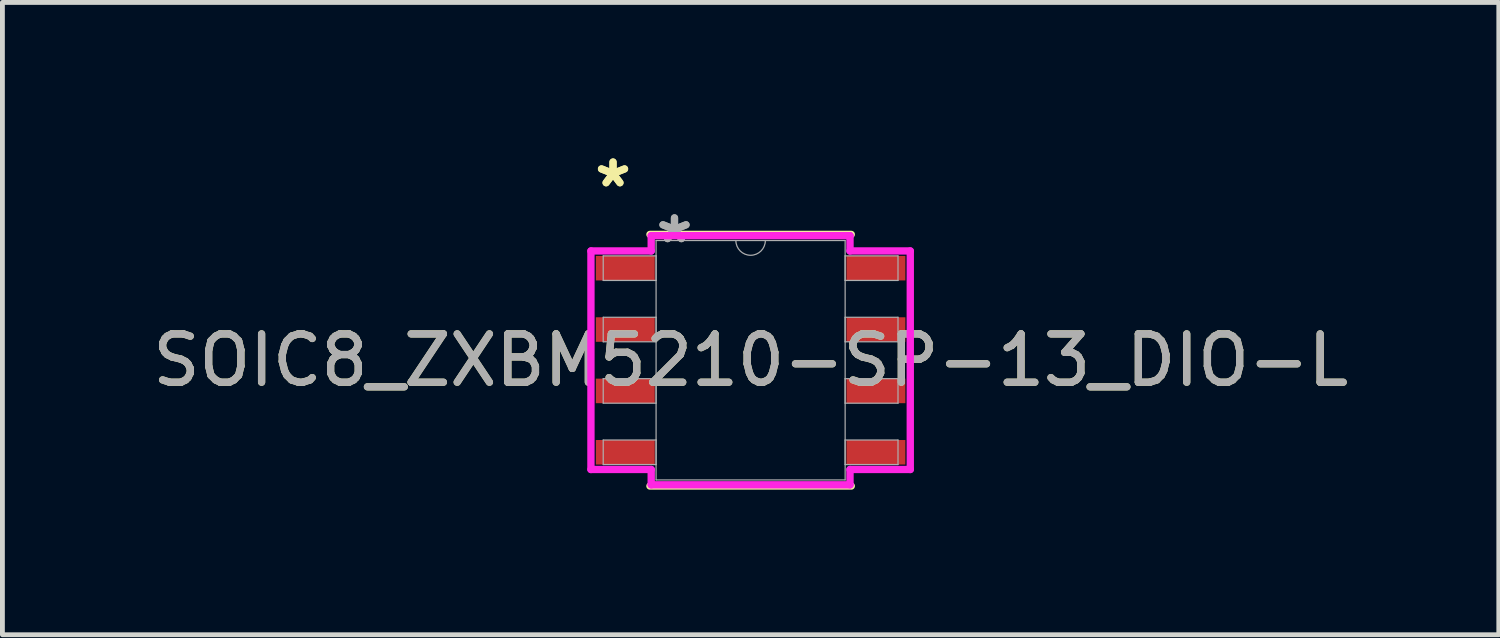
<source format=kicad_pcb>
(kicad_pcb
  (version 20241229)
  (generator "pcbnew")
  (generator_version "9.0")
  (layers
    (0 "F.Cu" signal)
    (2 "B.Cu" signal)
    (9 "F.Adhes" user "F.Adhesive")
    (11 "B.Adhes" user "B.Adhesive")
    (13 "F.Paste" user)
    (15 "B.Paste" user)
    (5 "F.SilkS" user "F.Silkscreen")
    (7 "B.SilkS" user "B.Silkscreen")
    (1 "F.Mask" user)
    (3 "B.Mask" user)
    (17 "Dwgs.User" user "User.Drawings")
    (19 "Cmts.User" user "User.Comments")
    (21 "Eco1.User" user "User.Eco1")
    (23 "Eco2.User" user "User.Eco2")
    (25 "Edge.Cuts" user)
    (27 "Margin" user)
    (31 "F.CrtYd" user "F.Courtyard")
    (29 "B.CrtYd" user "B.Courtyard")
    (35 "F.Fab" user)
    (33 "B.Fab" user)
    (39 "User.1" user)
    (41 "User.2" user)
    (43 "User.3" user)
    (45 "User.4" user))
  (footprint "SOIC8_ZXBM5210-SP-13_DIO-L"
    (layer "F.Cu")
    (at 12.482 4.404)
    (property "Reference" "SOIC8_ZXBM5210-SP-13_DIO-L" (at 0 0 0) (unlocked yes) (layer "F.SilkS") (effects (font (size 1 1) (thickness 0.15))))
    (attr smd)
    (fp_line (start -2.083 2.603) (end 2.083 2.603) (stroke (width 0.152) (type solid)) (layer "F.SilkS"))
    (fp_line (start 2.083 -2.603) (end -2.083 -2.603) (stroke (width 0.152) (type solid)) (layer "F.SilkS"))
    (fp_line (start -3.304 -2.261) (end -2.057 -2.261) (stroke (width 0.152) (type solid)) (layer "F.CrtYd"))
    (fp_line (start -3.304 2.261) (end -3.304 -2.261) (stroke (width 0.152) (type solid)) (layer "F.CrtYd"))
    (fp_line (start -3.304 2.261) (end -2.057 2.261) (stroke (width 0.152) (type solid)) (layer "F.CrtYd"))
    (fp_line (start -2.057 -2.578) (end 2.057 -2.578) (stroke (width 0.152) (type solid)) (layer "F.CrtYd"))
    (fp_line (start -2.057 -2.261) (end -2.057 -2.578) (stroke (width 0.152) (type solid)) (layer "F.CrtYd"))
    (fp_line (start -2.057 2.578) (end -2.057 2.261) (stroke (width 0.152) (type solid)) (layer "F.CrtYd"))
    (fp_line (start 2.057 -2.578) (end 2.057 -2.261) (stroke (width 0.152) (type solid)) (layer "F.CrtYd"))
    (fp_line (start 2.057 2.261) (end 2.057 2.578) (stroke (width 0.152) (type solid)) (layer "F.CrtYd"))
    (fp_line (start 2.057 2.578) (end -2.057 2.578) (stroke (width 0.152) (type solid)) (layer "F.CrtYd"))
    (fp_line (start 3.304 -2.261) (end 2.057 -2.261) (stroke (width 0.152) (type solid)) (layer "F.CrtYd"))
    (fp_line (start 3.304 -2.261) (end 3.304 2.261) (stroke (width 0.152) (type solid)) (layer "F.CrtYd"))
    (fp_line (start 3.304 2.261) (end 2.057 2.261) (stroke (width 0.152) (type solid)) (layer "F.CrtYd"))
    (fp_line (start -3.05 -2.159) (end -3.05 -1.651) (stroke (width 0.025) (type solid)) (layer "F.Fab"))
    (fp_line (start -3.05 -1.651) (end -1.956 -1.651) (stroke (width 0.025) (type solid)) (layer "F.Fab"))
    (fp_line (start -3.05 -0.889) (end -3.05 -0.381) (stroke (width 0.025) (type solid)) (layer "F.Fab"))
    (fp_line (start -3.05 -0.381) (end -1.956 -0.381) (stroke (width 0.025) (type solid)) (layer "F.Fab"))
    (fp_line (start -3.05 0.381) (end -3.05 0.889) (stroke (width 0.025) (type solid)) (layer "F.Fab"))
    (fp_line (start -3.05 0.889) (end -1.956 0.889) (stroke (width 0.025) (type solid)) (layer "F.Fab"))
    (fp_line (start -3.05 1.651) (end -3.05 2.159) (stroke (width 0.025) (type solid)) (layer "F.Fab"))
    (fp_line (start -3.05 2.159) (end -1.956 2.159) (stroke (width 0.025) (type solid)) (layer "F.Fab"))
    (fp_line (start -1.956 -2.477) (end -1.956 2.477) (stroke (width 0.025) (type solid)) (layer "F.Fab"))
    (fp_line (start -1.956 -2.159) (end -3.05 -2.159) (stroke (width 0.025) (type solid)) (layer "F.Fab"))
    (fp_line (start -1.956 -1.651) (end -1.956 -2.159) (stroke (width 0.025) (type solid)) (layer "F.Fab"))
    (fp_line (start -1.956 -0.889) (end -3.05 -0.889) (stroke (width 0.025) (type solid)) (layer "F.Fab"))
    (fp_line (start -1.956 -0.381) (end -1.956 -0.889) (stroke (width 0.025) (type solid)) (layer "F.Fab"))
    (fp_line (start -1.956 0.381) (end -3.05 0.381) (stroke (width 0.025) (type solid)) (layer "F.Fab"))
    (fp_line (start -1.956 0.889) (end -1.956 0.381) (stroke (width 0.025) (type solid)) (layer "F.Fab"))
    (fp_line (start -1.956 1.651) (end -3.05 1.651) (stroke (width 0.025) (type solid)) (layer "F.Fab"))
    (fp_line (start -1.956 2.159) (end -1.956 1.651) (stroke (width 0.025) (type solid)) (layer "F.Fab"))
    (fp_line (start -1.956 2.477) (end 1.956 2.477) (stroke (width 0.025) (type solid)) (layer "F.Fab"))
    (fp_line (start 1.956 -2.477) (end -1.956 -2.477) (stroke (width 0.025) (type solid)) (layer "F.Fab"))
    (fp_line (start 1.956 -2.159) (end 1.956 -1.651) (stroke (width 0.025) (type solid)) (layer "F.Fab"))
    (fp_line (start 1.956 -1.651) (end 3.05 -1.651) (stroke (width 0.025) (type solid)) (layer "F.Fab"))
    (fp_line (start 1.956 -0.889) (end 1.956 -0.381) (stroke (width 0.025) (type solid)) (layer "F.Fab"))
    (fp_line (start 1.956 -0.381) (end 3.05 -0.381) (stroke (width 0.025) (type solid)) (layer "F.Fab"))
    (fp_line (start 1.956 0.381) (end 1.956 0.889) (stroke (width 0.025) (type solid)) (layer "F.Fab"))
    (fp_line (start 1.956 0.889) (end 3.05 0.889) (stroke (width 0.025) (type solid)) (layer "F.Fab"))
    (fp_line (start 1.956 1.651) (end 1.956 2.159) (stroke (width 0.025) (type solid)) (layer "F.Fab"))
    (fp_line (start 1.956 2.159) (end 3.05 2.159) (stroke (width 0.025) (type solid)) (layer "F.Fab"))
    (fp_line (start 1.956 2.477) (end 1.956 -2.477) (stroke (width 0.025) (type solid)) (layer "F.Fab"))
    (fp_line (start 3.05 -2.159) (end 1.956 -2.159) (stroke (width 0.025) (type solid)) (layer "F.Fab"))
    (fp_line (start 3.05 -1.651) (end 3.05 -2.159) (stroke (width 0.025) (type solid)) (layer "F.Fab"))
    (fp_line (start 3.05 -0.889) (end 1.956 -0.889) (stroke (width 0.025) (type solid)) (layer "F.Fab"))
    (fp_line (start 3.05 -0.381) (end 3.05 -0.889) (stroke (width 0.025) (type solid)) (layer "F.Fab"))
    (fp_line (start 3.05 0.381) (end 1.956 0.381) (stroke (width 0.025) (type solid)) (layer "F.Fab"))
    (fp_line (start 3.05 0.889) (end 3.05 0.381) (stroke (width 0.025) (type solid)) (layer "F.Fab"))
    (fp_line (start 3.05 1.651) (end 1.956 1.651) (stroke (width 0.025) (type solid)) (layer "F.Fab"))
    (fp_line (start 3.05 2.159) (end 3.05 1.651) (stroke (width 0.025) (type solid)) (layer "F.Fab"))
    (fp_arc (start 0.3048 -2.4765) (mid 0 -2.1717) (end -0.3048 -2.4765) (stroke (width 0.0254) (type solid)) (layer "F.Fab"))
    (fp_text user "*" (at -2.847 -3.556 0) (unlocked yes) (layer "F.SilkS") (effects (font (size 1 1) (thickness 0.15))))
    (fp_text user "*" (at -2.847 -3.556 0) (layer "F.SilkS") (effects (font (size 1 1) (thickness 0.15))))
    (fp_text user "*" (at -1.575 -2.4 0) (unlocked yes) (layer "F.Fab") (effects (font (size 1 1) (thickness 0.15))))
    (fp_text user "*" (at -1.575 -2.4 0) (layer "F.Fab") (effects (font (size 1 1) (thickness 0.15))))
    (fp_text user "${REFERENCE}" (at 0 0 0) (unlocked yes) (layer "F.Fab") (effects (font (size 1 1) (thickness 0.15))))
    (pad "1" smd rect (at -2.593 -1.905) (size 1.219 0.508) (layers "F.Cu" "F.Mask" "F.Paste"))
    (pad "2" smd rect (at -2.593 -0.635) (size 1.219 0.508) (layers "F.Cu" "F.Mask" "F.Paste"))
    (pad "3" smd rect (at -2.593 0.635) (size 1.219 0.508) (layers "F.Cu" "F.Mask" "F.Paste"))
    (pad "4" smd rect (at -2.593 1.905) (size 1.219 0.508) (layers "F.Cu" "F.Mask" "F.Paste"))
    (pad "5" smd rect (at 2.593 1.905) (size 1.219 0.508) (layers "F.Cu" "F.Mask" "F.Paste"))
    (pad "6" smd rect (at 2.593 0.635) (size 1.219 0.508) (layers "F.Cu" "F.Mask" "F.Paste"))
    (pad "7" smd rect (at 2.593 -0.635) (size 1.219 0.508) (layers "F.Cu" "F.Mask" "F.Paste"))
    (pad "8" smd rect (at 2.593 -1.905) (size 1.219 0.508) (layers "F.Cu" "F.Mask" "F.Paste")))
  (gr_rect
    (start -3 -3)
    (end 27.964 10.084)
    (stroke (width 0.1) (type default))
    (fill no)
    (layer "Edge.Cuts")))
</source>
